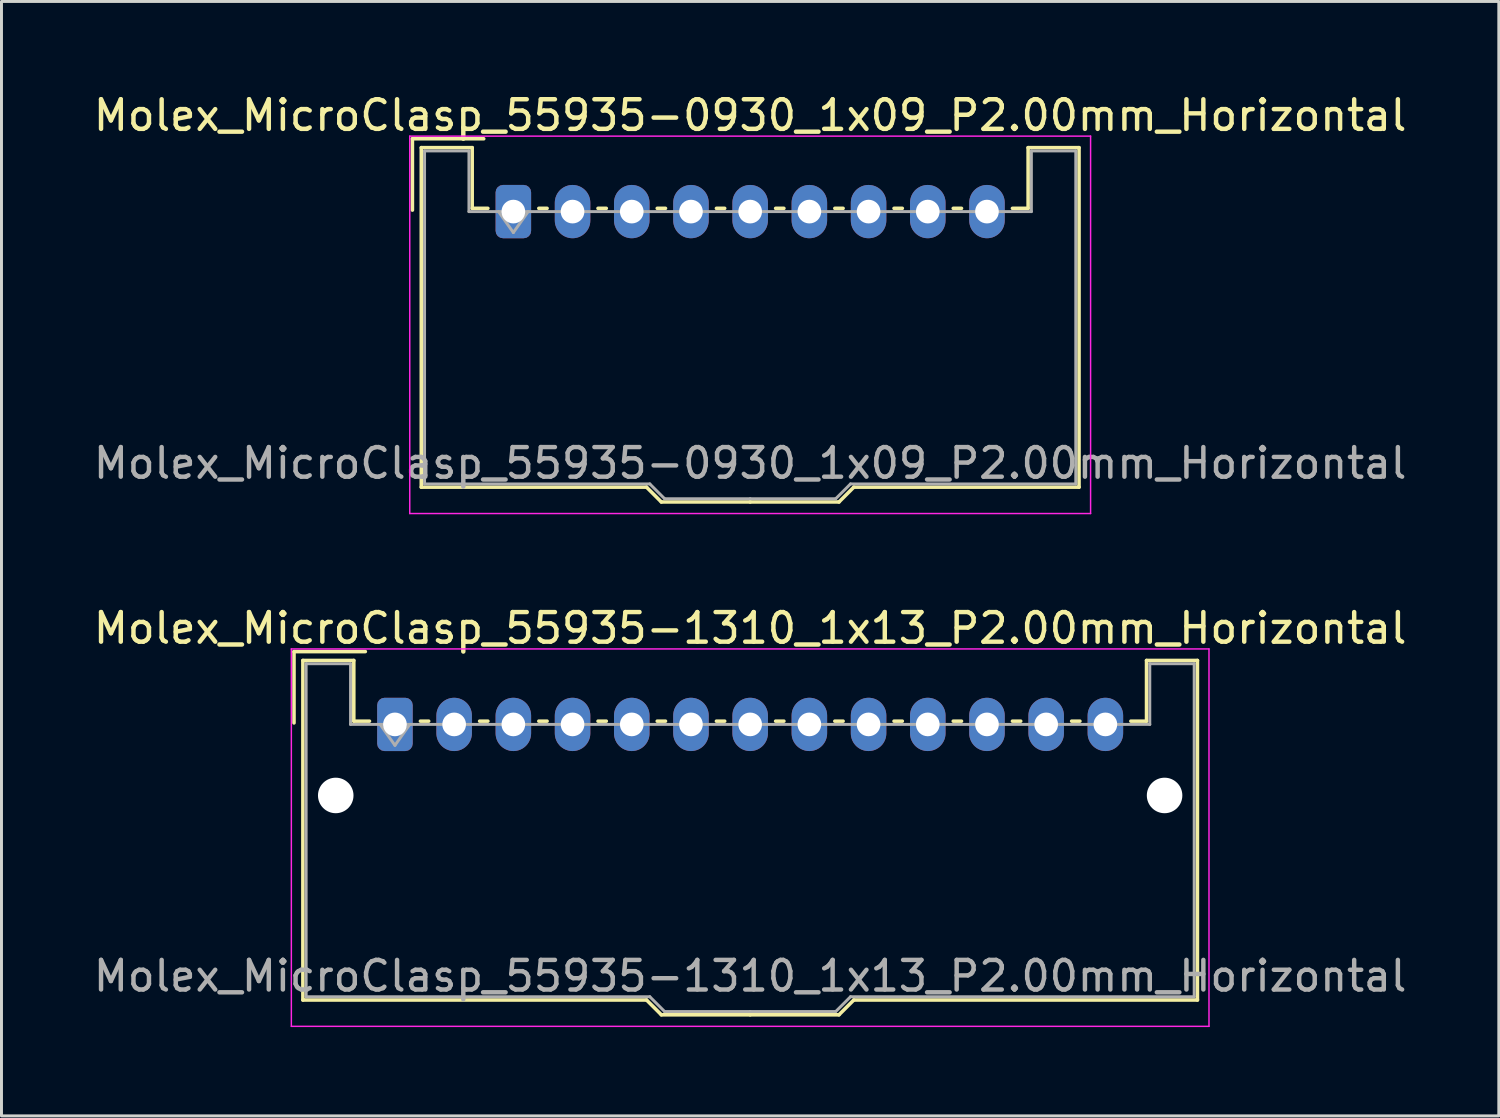
<source format=kicad_pcb>
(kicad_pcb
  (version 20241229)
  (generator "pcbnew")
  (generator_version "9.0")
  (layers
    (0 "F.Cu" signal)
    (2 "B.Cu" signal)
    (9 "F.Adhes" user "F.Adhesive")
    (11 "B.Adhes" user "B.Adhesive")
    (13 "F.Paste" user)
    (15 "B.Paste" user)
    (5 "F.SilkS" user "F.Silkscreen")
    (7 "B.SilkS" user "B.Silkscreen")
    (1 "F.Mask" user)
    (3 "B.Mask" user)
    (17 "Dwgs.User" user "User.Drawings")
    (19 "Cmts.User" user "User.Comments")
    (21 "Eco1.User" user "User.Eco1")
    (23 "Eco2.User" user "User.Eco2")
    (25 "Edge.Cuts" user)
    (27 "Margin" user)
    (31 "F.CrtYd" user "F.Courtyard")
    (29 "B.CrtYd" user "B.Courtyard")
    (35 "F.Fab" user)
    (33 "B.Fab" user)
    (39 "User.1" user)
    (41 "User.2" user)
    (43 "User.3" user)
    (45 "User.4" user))
  (footprint "Molex_MicroClasp_55935-0930_1x09_P2.00mm_Horizontal"
    (layer "F.Cu")
    (at 14.292 4.098)
    (property "Reference" "Molex_MicroClasp_55935-0930_1x09_P2.00mm_Horizontal" (at 8 -3.25 0) (layer "F.SilkS") (effects (font (size 1 1) (thickness 0.15))))
    (attr through_hole)
    (fp_line (start -3.41 -2.46) (end -1 -2.46) (stroke (width 0.12) (type solid)) (layer "F.SilkS"))
    (fp_line (start -3.41 -0.05) (end -3.41 -2.46) (stroke (width 0.12) (type solid)) (layer "F.SilkS"))
    (fp_line (start -3.11 -2.16) (end -1.39 -2.16) (stroke (width 0.12) (type solid)) (layer "F.SilkS"))
    (fp_line (start -3.11 9.31) (end -3.11 -2.16) (stroke (width 0.12) (type solid)) (layer "F.SilkS"))
    (fp_line (start -1.39 -2.16) (end -1.39 -0.11) (stroke (width 0.12) (type solid)) (layer "F.SilkS"))
    (fp_line (start -1.39 -0.11) (end -0.86 -0.11) (stroke (width 0.12) (type solid)) (layer "F.SilkS"))
    (fp_line (start 0.86 -0.11) (end 1.14 -0.11) (stroke (width 0.12) (type solid)) (layer "F.SilkS"))
    (fp_line (start 2.86 -0.11) (end 3.14 -0.11) (stroke (width 0.12) (type solid)) (layer "F.SilkS"))
    (fp_line (start 4.5 9.31) (end -3.11 9.31) (stroke (width 0.12) (type solid)) (layer "F.SilkS"))
    (fp_line (start 4.86 -0.11) (end 5.14 -0.11) (stroke (width 0.12) (type solid)) (layer "F.SilkS"))
    (fp_line (start 5 9.81) (end 4.5 9.31) (stroke (width 0.12) (type solid)) (layer "F.SilkS"))
    (fp_line (start 6.86 -0.11) (end 7.14 -0.11) (stroke (width 0.12) (type solid)) (layer "F.SilkS"))
    (fp_line (start 8 9.81) (end 5 9.81) (stroke (width 0.12) (type solid)) (layer "F.SilkS"))
    (fp_line (start 8 9.81) (end 11 9.81) (stroke (width 0.12) (type solid)) (layer "F.SilkS"))
    (fp_line (start 8.86 -0.11) (end 9.14 -0.11) (stroke (width 0.12) (type solid)) (layer "F.SilkS"))
    (fp_line (start 10.86 -0.11) (end 11.14 -0.11) (stroke (width 0.12) (type solid)) (layer "F.SilkS"))
    (fp_line (start 11 9.81) (end 11.5 9.31) (stroke (width 0.12) (type solid)) (layer "F.SilkS"))
    (fp_line (start 11.5 9.31) (end 19.11 9.31) (stroke (width 0.12) (type solid)) (layer "F.SilkS"))
    (fp_line (start 12.86 -0.11) (end 13.14 -0.11) (stroke (width 0.12) (type solid)) (layer "F.SilkS"))
    (fp_line (start 14.86 -0.11) (end 15.14 -0.11) (stroke (width 0.12) (type solid)) (layer "F.SilkS"))
    (fp_line (start 17.39 -2.16) (end 17.39 -0.11) (stroke (width 0.12) (type solid)) (layer "F.SilkS"))
    (fp_line (start 17.39 -0.11) (end 16.86 -0.11) (stroke (width 0.12) (type solid)) (layer "F.SilkS"))
    (fp_line (start 19.11 -2.16) (end 17.39 -2.16) (stroke (width 0.12) (type solid)) (layer "F.SilkS"))
    (fp_line (start 19.11 9.31) (end 19.11 -2.16) (stroke (width 0.12) (type solid)) (layer "F.SilkS"))
    (fp_line (start -3.5 -2.55) (end -3.5 10.2) (stroke (width 0.05) (type solid)) (layer "F.CrtYd"))
    (fp_line (start -3.5 10.2) (end 19.5 10.2) (stroke (width 0.05) (type solid)) (layer "F.CrtYd"))
    (fp_line (start 19.5 -2.55) (end -3.5 -2.55) (stroke (width 0.05) (type solid)) (layer "F.CrtYd"))
    (fp_line (start 19.5 10.2) (end 19.5 -2.55) (stroke (width 0.05) (type solid)) (layer "F.CrtYd"))
    (fp_line (start -3 -2.05) (end -1.5 -2.05) (stroke (width 0.1) (type solid)) (layer "F.Fab"))
    (fp_line (start -3 9.2) (end -3 -2.05) (stroke (width 0.1) (type solid)) (layer "F.Fab"))
    (fp_line (start -1.5 -2.05) (end -1.5 0) (stroke (width 0.1) (type solid)) (layer "F.Fab"))
    (fp_line (start -1.5 0) (end 8 0) (stroke (width 0.1) (type solid)) (layer "F.Fab"))
    (fp_line (start -0.5 0) (end 0 0.707) (stroke (width 0.1) (type solid)) (layer "F.Fab"))
    (fp_line (start 0 0.707) (end 0.5 0) (stroke (width 0.1) (type solid)) (layer "F.Fab"))
    (fp_line (start 4.61 9.2) (end -3 9.2) (stroke (width 0.1) (type solid)) (layer "F.Fab"))
    (fp_line (start 5.11 9.7) (end 4.61 9.2) (stroke (width 0.1) (type solid)) (layer "F.Fab"))
    (fp_line (start 8 9.7) (end 5.11 9.7) (stroke (width 0.1) (type solid)) (layer "F.Fab"))
    (fp_line (start 8 9.7) (end 10.89 9.7) (stroke (width 0.1) (type solid)) (layer "F.Fab"))
    (fp_line (start 10.89 9.7) (end 11.39 9.2) (stroke (width 0.1) (type solid)) (layer "F.Fab"))
    (fp_line (start 11.39 9.2) (end 19 9.2) (stroke (width 0.1) (type solid)) (layer "F.Fab"))
    (fp_line (start 17.5 -2.05) (end 17.5 0) (stroke (width 0.1) (type solid)) (layer "F.Fab"))
    (fp_line (start 17.5 0) (end 8 0) (stroke (width 0.1) (type solid)) (layer "F.Fab"))
    (fp_line (start 19 -2.05) (end 17.5 -2.05) (stroke (width 0.1) (type solid)) (layer "F.Fab"))
    (fp_line (start 19 9.2) (end 19 -2.05) (stroke (width 0.1) (type solid)) (layer "F.Fab"))
    (fp_text user "${REFERENCE}" (at 8 8.5 0) (layer "F.Fab") (effects (font (size 1 1) (thickness 0.15))))
    (pad "1" thru_hole roundrect (at 0 0) (size 1.2 1.8) (drill 0.8) (layers "*.Cu" "*.Mask") (roundrect_rratio 0.208))
    (pad "2" thru_hole oval (at 2 0) (size 1.2 1.8) (drill 0.8) (layers "*.Cu" "*.Mask"))
    (pad "3" thru_hole oval (at 4 0) (size 1.2 1.8) (drill 0.8) (layers "*.Cu" "*.Mask"))
    (pad "4" thru_hole oval (at 6 0) (size 1.2 1.8) (drill 0.8) (layers "*.Cu" "*.Mask"))
    (pad "5" thru_hole oval (at 8 0) (size 1.2 1.8) (drill 0.8) (layers "*.Cu" "*.Mask"))
    (pad "6" thru_hole oval (at 10 0) (size 1.2 1.8) (drill 0.8) (layers "*.Cu" "*.Mask"))
    (pad "7" thru_hole oval (at 12 0) (size 1.2 1.8) (drill 0.8) (layers "*.Cu" "*.Mask"))
    (pad "8" thru_hole oval (at 14 0) (size 1.2 1.8) (drill 0.8) (layers "*.Cu" "*.Mask"))
    (pad "9" thru_hole oval (at 16 0) (size 1.2 1.8) (drill 0.8) (layers "*.Cu" "*.Mask")))
  (footprint "Molex_MicroClasp_55935-1310_1x13_P2.00mm_Horizontal"
    (layer "F.Cu")
    (at 10.292 21.422)
    (property "Reference" "Molex_MicroClasp_55935-1310_1x13_P2.00mm_Horizontal" (at 12 -3.25 0) (layer "F.SilkS") (effects (font (size 1 1) (thickness 0.15))))
    (attr through_hole)
    (fp_line (start -3.41 -2.46) (end -1 -2.46) (stroke (width 0.12) (type solid)) (layer "F.SilkS"))
    (fp_line (start -3.41 -0.05) (end -3.41 -2.46) (stroke (width 0.12) (type solid)) (layer "F.SilkS"))
    (fp_line (start -3.11 -2.16) (end -1.39 -2.16) (stroke (width 0.12) (type solid)) (layer "F.SilkS"))
    (fp_line (start -3.11 9.31) (end -3.11 -2.16) (stroke (width 0.12) (type solid)) (layer "F.SilkS"))
    (fp_line (start -1.39 -2.16) (end -1.39 -0.11) (stroke (width 0.12) (type solid)) (layer "F.SilkS"))
    (fp_line (start -1.39 -0.11) (end -0.86 -0.11) (stroke (width 0.12) (type solid)) (layer "F.SilkS"))
    (fp_line (start 0.86 -0.11) (end 1.14 -0.11) (stroke (width 0.12) (type solid)) (layer "F.SilkS"))
    (fp_line (start 2.86 -0.11) (end 3.14 -0.11) (stroke (width 0.12) (type solid)) (layer "F.SilkS"))
    (fp_line (start 4.86 -0.11) (end 5.14 -0.11) (stroke (width 0.12) (type solid)) (layer "F.SilkS"))
    (fp_line (start 6.86 -0.11) (end 7.14 -0.11) (stroke (width 0.12) (type solid)) (layer "F.SilkS"))
    (fp_line (start 8.5 9.31) (end -3.11 9.31) (stroke (width 0.12) (type solid)) (layer "F.SilkS"))
    (fp_line (start 8.86 -0.11) (end 9.14 -0.11) (stroke (width 0.12) (type solid)) (layer "F.SilkS"))
    (fp_line (start 9 9.81) (end 8.5 9.31) (stroke (width 0.12) (type solid)) (layer "F.SilkS"))
    (fp_line (start 10.86 -0.11) (end 11.14 -0.11) (stroke (width 0.12) (type solid)) (layer "F.SilkS"))
    (fp_line (start 12 9.81) (end 9 9.81) (stroke (width 0.12) (type solid)) (layer "F.SilkS"))
    (fp_line (start 12 9.81) (end 15 9.81) (stroke (width 0.12) (type solid)) (layer "F.SilkS"))
    (fp_line (start 12.86 -0.11) (end 13.14 -0.11) (stroke (width 0.12) (type solid)) (layer "F.SilkS"))
    (fp_line (start 14.86 -0.11) (end 15.14 -0.11) (stroke (width 0.12) (type solid)) (layer "F.SilkS"))
    (fp_line (start 15 9.81) (end 15.5 9.31) (stroke (width 0.12) (type solid)) (layer "F.SilkS"))
    (fp_line (start 15.5 9.31) (end 27.11 9.31) (stroke (width 0.12) (type solid)) (layer "F.SilkS"))
    (fp_line (start 16.86 -0.11) (end 17.14 -0.11) (stroke (width 0.12) (type solid)) (layer "F.SilkS"))
    (fp_line (start 18.86 -0.11) (end 19.14 -0.11) (stroke (width 0.12) (type solid)) (layer "F.SilkS"))
    (fp_line (start 20.86 -0.11) (end 21.14 -0.11) (stroke (width 0.12) (type solid)) (layer "F.SilkS"))
    (fp_line (start 22.86 -0.11) (end 23.14 -0.11) (stroke (width 0.12) (type solid)) (layer "F.SilkS"))
    (fp_line (start 25.39 -2.16) (end 25.39 -0.11) (stroke (width 0.12) (type solid)) (layer "F.SilkS"))
    (fp_line (start 25.39 -0.11) (end 24.86 -0.11) (stroke (width 0.12) (type solid)) (layer "F.SilkS"))
    (fp_line (start 27.11 -2.16) (end 25.39 -2.16) (stroke (width 0.12) (type solid)) (layer "F.SilkS"))
    (fp_line (start 27.11 9.31) (end 27.11 -2.16) (stroke (width 0.12) (type solid)) (layer "F.SilkS"))
    (fp_line (start -3.5 -2.55) (end -3.5 10.2) (stroke (width 0.05) (type solid)) (layer "F.CrtYd"))
    (fp_line (start -3.5 10.2) (end 27.5 10.2) (stroke (width 0.05) (type solid)) (layer "F.CrtYd"))
    (fp_line (start 27.5 -2.55) (end -3.5 -2.55) (stroke (width 0.05) (type solid)) (layer "F.CrtYd"))
    (fp_line (start 27.5 10.2) (end 27.5 -2.55) (stroke (width 0.05) (type solid)) (layer "F.CrtYd"))
    (fp_line (start -3 -2.05) (end -1.5 -2.05) (stroke (width 0.1) (type solid)) (layer "F.Fab"))
    (fp_line (start -3 9.2) (end -3 -2.05) (stroke (width 0.1) (type solid)) (layer "F.Fab"))
    (fp_line (start -1.5 -2.05) (end -1.5 0) (stroke (width 0.1) (type solid)) (layer "F.Fab"))
    (fp_line (start -1.5 0) (end 12 0) (stroke (width 0.1) (type solid)) (layer "F.Fab"))
    (fp_line (start -0.5 0) (end 0 0.707) (stroke (width 0.1) (type solid)) (layer "F.Fab"))
    (fp_line (start 0 0.707) (end 0.5 0) (stroke (width 0.1) (type solid)) (layer "F.Fab"))
    (fp_line (start 8.61 9.2) (end -3 9.2) (stroke (width 0.1) (type solid)) (layer "F.Fab"))
    (fp_line (start 9.11 9.7) (end 8.61 9.2) (stroke (width 0.1) (type solid)) (layer "F.Fab"))
    (fp_line (start 12 9.7) (end 9.11 9.7) (stroke (width 0.1) (type solid)) (layer "F.Fab"))
    (fp_line (start 12 9.7) (end 14.89 9.7) (stroke (width 0.1) (type solid)) (layer "F.Fab"))
    (fp_line (start 14.89 9.7) (end 15.39 9.2) (stroke (width 0.1) (type solid)) (layer "F.Fab"))
    (fp_line (start 15.39 9.2) (end 27 9.2) (stroke (width 0.1) (type solid)) (layer "F.Fab"))
    (fp_line (start 25.5 -2.05) (end 25.5 0) (stroke (width 0.1) (type solid)) (layer "F.Fab"))
    (fp_line (start 25.5 0) (end 12 0) (stroke (width 0.1) (type solid)) (layer "F.Fab"))
    (fp_line (start 27 -2.05) (end 25.5 -2.05) (stroke (width 0.1) (type solid)) (layer "F.Fab"))
    (fp_line (start 27 9.2) (end 27 -2.05) (stroke (width 0.1) (type solid)) (layer "F.Fab"))
    (fp_text user "${REFERENCE}" (at 12 8.5 0) (layer "F.Fab") (effects (font (size 1 1) (thickness 0.15))))
    (pad "" np_thru_hole circle (at -2 2.4) (size 1.2 1.2) (drill 1.2) (layers "*.Cu" "*.Mask"))
    (pad "" np_thru_hole circle (at 26 2.4) (size 1.2 1.2) (drill 1.2) (layers "*.Cu" "*.Mask"))
    (pad "1" thru_hole roundrect (at 0 0) (size 1.2 1.8) (drill 0.8) (layers "*.Cu" "*.Mask") (roundrect_rratio 0.208))
    (pad "2" thru_hole oval (at 2 0) (size 1.2 1.8) (drill 0.8) (layers "*.Cu" "*.Mask"))
    (pad "3" thru_hole oval (at 4 0) (size 1.2 1.8) (drill 0.8) (layers "*.Cu" "*.Mask"))
    (pad "4" thru_hole oval (at 6 0) (size 1.2 1.8) (drill 0.8) (layers "*.Cu" "*.Mask"))
    (pad "5" thru_hole oval (at 8 0) (size 1.2 1.8) (drill 0.8) (layers "*.Cu" "*.Mask"))
    (pad "6" thru_hole oval (at 10 0) (size 1.2 1.8) (drill 0.8) (layers "*.Cu" "*.Mask"))
    (pad "7" thru_hole oval (at 12 0) (size 1.2 1.8) (drill 0.8) (layers "*.Cu" "*.Mask"))
    (pad "8" thru_hole oval (at 14 0) (size 1.2 1.8) (drill 0.8) (layers "*.Cu" "*.Mask"))
    (pad "9" thru_hole oval (at 16 0) (size 1.2 1.8) (drill 0.8) (layers "*.Cu" "*.Mask"))
    (pad "10" thru_hole oval (at 18 0) (size 1.2 1.8) (drill 0.8) (layers "*.Cu" "*.Mask"))
    (pad "11" thru_hole oval (at 20 0) (size 1.2 1.8) (drill 0.8) (layers "*.Cu" "*.Mask"))
    (pad "12" thru_hole oval (at 22 0) (size 1.2 1.8) (drill 0.8) (layers "*.Cu" "*.Mask"))
    (pad "13" thru_hole oval (at 24 0) (size 1.2 1.8) (drill 0.8) (layers "*.Cu" "*.Mask")))
  (gr_rect
    (start -3 -3)
    (end 47.583 34.647)
    (stroke (width 0.1) (type default))
    (fill no)
    (layer "Edge.Cuts")))
</source>
